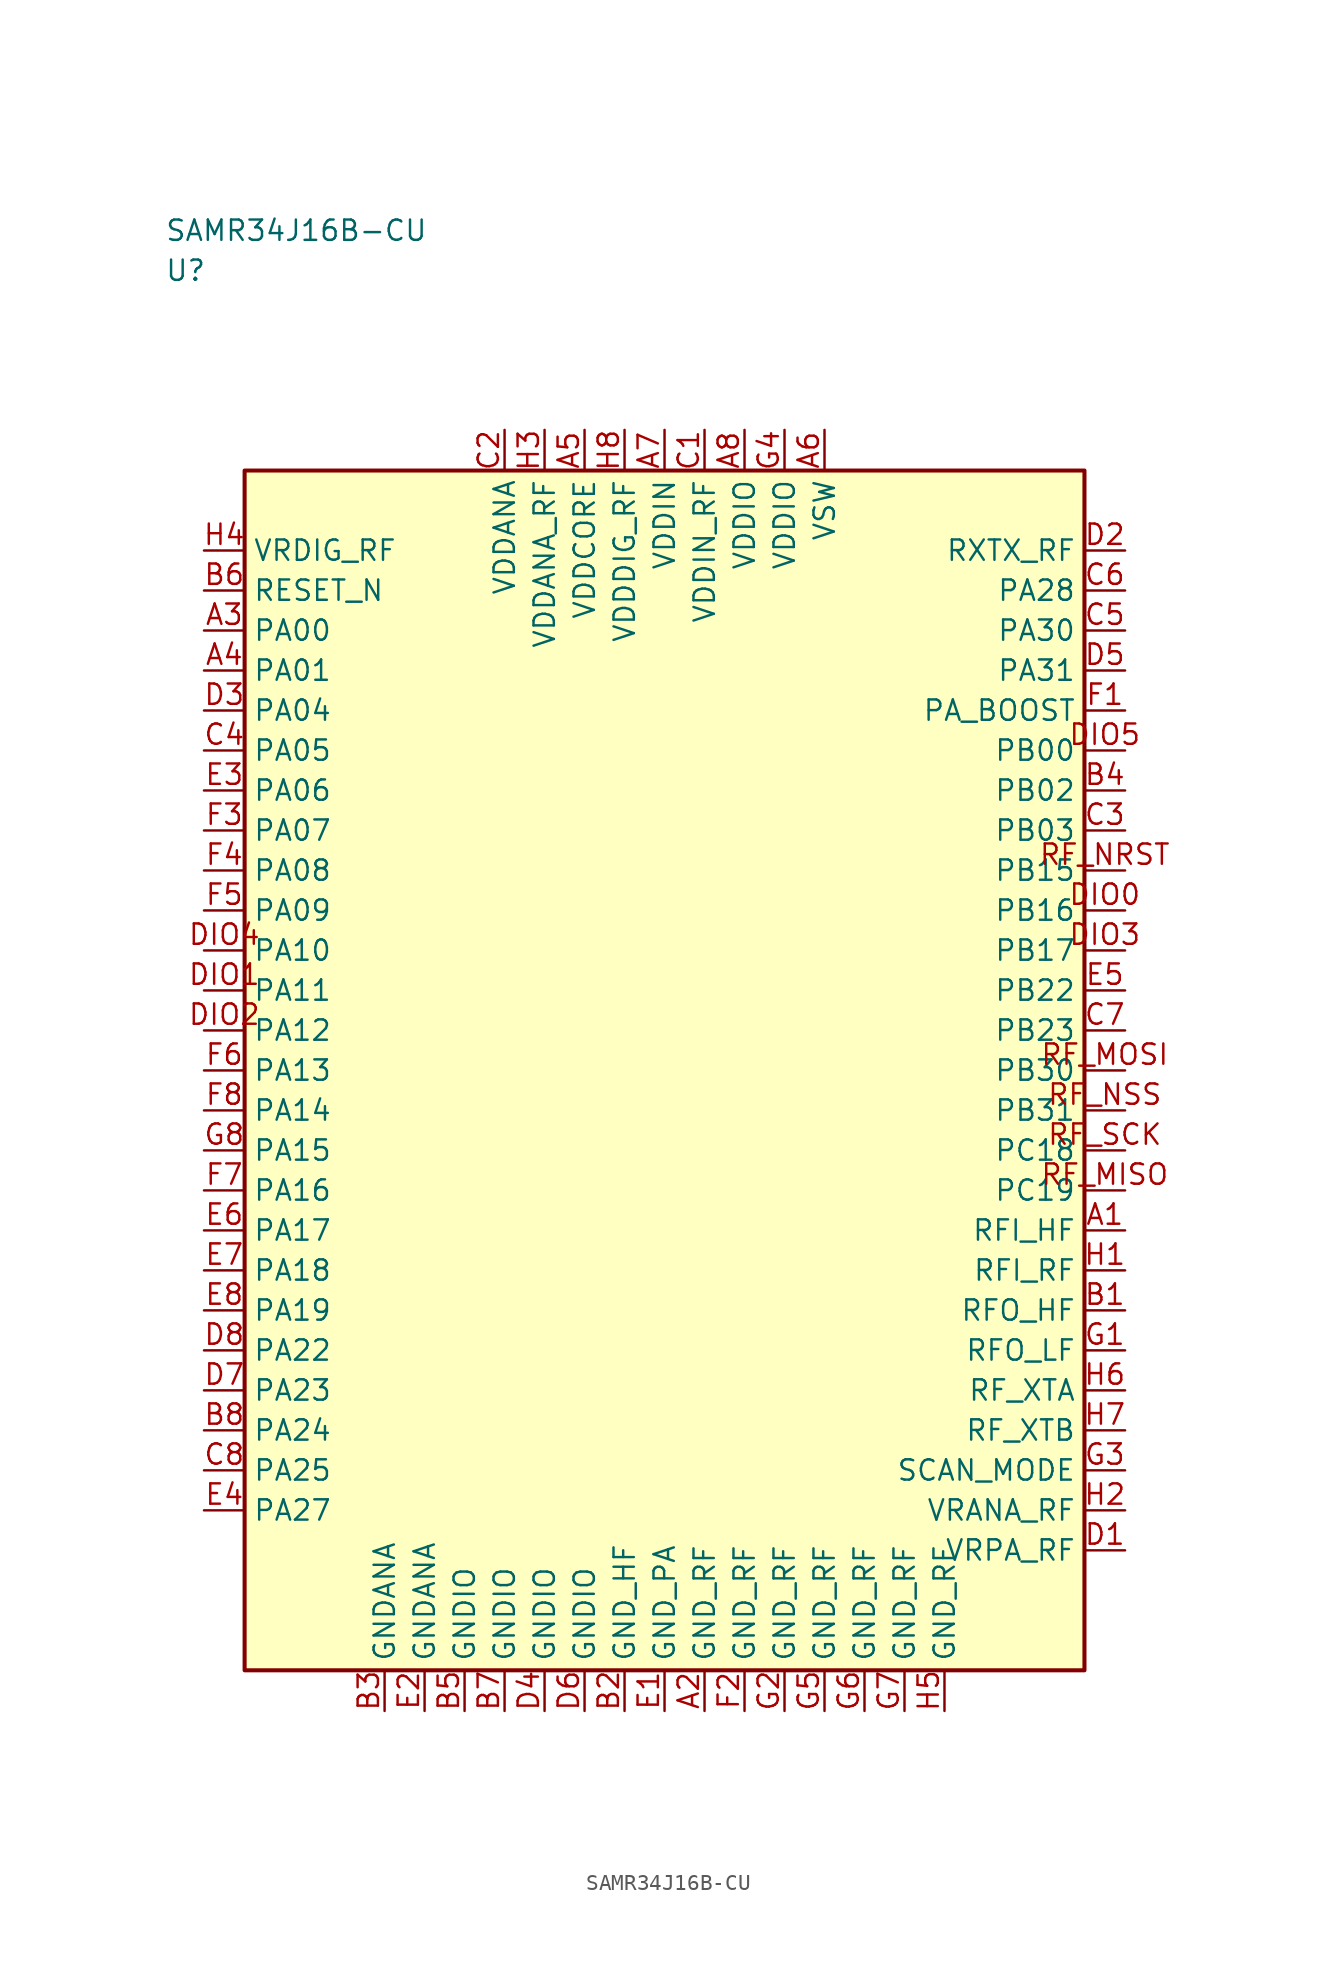
<source format=kicad_sym>
(kicad_symbol_lib
  (version 20241025)
  (generator "kicad_symbol_editor")
  (generator_version "8.0")
  (symbol "SAMR34J16B-CU"
    (property "Reference" "U"
      (at -31.25 50.0 0)
      (effects (font (size 1.27 1.27)) (justify left)))
    (property "Value" "SAMR34J16B-CU"
      (at -31.25 52.5 0)
      (effects (font (size 1.27 1.27)) (justify left)))
    (symbol "SAMR34J16B-CU_0_1"
      (rectangle (start -26.25 37.5) (end 26.25 -37.5) (stroke (width 0.254) (type default)) (fill (type background))))
    (symbol "SAMR34J16B-CU_1_1"
      (pin bidirectional line (at 28.79 10.0 180.0) (length 2.54) (name "PB16" (effects (font (size 1.27 1.27)))) (number "DIO0" (effects (font (size 1.27 1.27)))))
      (pin bidirectional line (at -28.79 5.0 0.0) (length 2.54) (name "PA11" (effects (font (size 1.27 1.27)))) (number "DIO1" (effects (font (size 1.27 1.27)))))
      (pin bidirectional line (at -28.79 2.5 0.0) (length 2.54) (name "PA12" (effects (font (size 1.27 1.27)))) (number "DIO2" (effects (font (size 1.27 1.27)))))
      (pin bidirectional line (at 28.79 7.5 180.0) (length 2.54) (name "PB17" (effects (font (size 1.27 1.27)))) (number "DIO3" (effects (font (size 1.27 1.27)))))
      (pin bidirectional line (at -28.79 7.5 0.0) (length 2.54) (name "PA10" (effects (font (size 1.27 1.27)))) (number "DIO4" (effects (font (size 1.27 1.27)))))
      (pin bidirectional line (at 28.79 20.0 180.0) (length 2.54) (name "PB00" (effects (font (size 1.27 1.27)))) (number "DIO5" (effects (font (size 1.27 1.27)))))
      (pin bidirectional line (at 28.79 -7.5 180.0) (length 2.54) (name "PC19" (effects (font (size 1.27 1.27)))) (number "RF_MISO" (effects (font (size 1.27 1.27)))))
      (pin bidirectional line (at 28.79 0.0 180.0) (length 2.54) (name "PB30" (effects (font (size 1.27 1.27)))) (number "RF_MOSI" (effects (font (size 1.27 1.27)))))
      (pin bidirectional line (at 28.79 12.5 180.0) (length 2.54) (name "PB15" (effects (font (size 1.27 1.27)))) (number "RF_NRST" (effects (font (size 1.27 1.27)))))
      (pin bidirectional line (at 28.79 -2.5 180.0) (length 2.54) (name "PB31" (effects (font (size 1.27 1.27)))) (number "RF_NSS" (effects (font (size 1.27 1.27)))))
      (pin bidirectional line (at 28.79 -5.0 180.0) (length 2.54) (name "PC18" (effects (font (size 1.27 1.27)))) (number "RF_SCK" (effects (font (size 1.27 1.27)))))
      (pin bidirectional line (at 28.79 -10.0 180.0) (length 2.54) (name "RFI_HF" (effects (font (size 1.27 1.27)))) (number "A1" (effects (font (size 1.27 1.27)))))
      (pin passive line (at 2.5 -40.04 90.0) (length 2.54) (name "GND_RF" (effects (font (size 1.27 1.27)))) (number "A2" (effects (font (size 1.27 1.27)))))
      (pin bidirectional line (at -28.79 27.5 0.0) (length 2.54) (name "PA00" (effects (font (size 1.27 1.27)))) (number "A3" (effects (font (size 1.27 1.27)))))
      (pin bidirectional line (at -28.79 25.0 0.0) (length 2.54) (name "PA01" (effects (font (size 1.27 1.27)))) (number "A4" (effects (font (size 1.27 1.27)))))
      (pin power_in line (at -5.0 40.04 270.0) (length 2.54) (name "VDDCORE" (effects (font (size 1.27 1.27)))) (number "A5" (effects (font (size 1.27 1.27)))))
      (pin power_in line (at 10.0 40.04 270.0) (length 2.54) (name "VSW" (effects (font (size 1.27 1.27)))) (number "A6" (effects (font (size 1.27 1.27)))))
      (pin power_in line (at 0.0 40.04 270.0) (length 2.54) (name "VDDIN" (effects (font (size 1.27 1.27)))) (number "A7" (effects (font (size 1.27 1.27)))))
      (pin power_in line (at 5.0 40.04 270.0) (length 2.54) (name "VDDIO" (effects (font (size 1.27 1.27)))) (number "A8" (effects (font (size 1.27 1.27)))))
      (pin bidirectional line (at 28.79 -15.0 180.0) (length 2.54) (name "RFO_HF" (effects (font (size 1.27 1.27)))) (number "B1" (effects (font (size 1.27 1.27)))))
      (pin passive line (at -2.5 -40.04 90.0) (length 2.54) (name "GND_HF" (effects (font (size 1.27 1.27)))) (number "B2" (effects (font (size 1.27 1.27)))))
      (pin passive line (at -17.5 -40.04 90.0) (length 2.54) (name "GNDANA" (effects (font (size 1.27 1.27)))) (number "B3" (effects (font (size 1.27 1.27)))))
      (pin bidirectional line (at 28.79 17.5 180.0) (length 2.54) (name "PB02" (effects (font (size 1.27 1.27)))) (number "B4" (effects (font (size 1.27 1.27)))))
      (pin passive line (at -12.5 -40.04 90.0) (length 2.54) (name "GNDIO" (effects (font (size 1.27 1.27)))) (number "B5" (effects (font (size 1.27 1.27)))))
      (pin input line (at -28.79 30.0 0.0) (length 2.54) (name "RESET_N" (effects (font (size 1.27 1.27)))) (number "B6" (effects (font (size 1.27 1.27)))))
      (pin passive line (at -10.0 -40.04 90.0) (length 2.54) (name "GNDIO" (effects (font (size 1.27 1.27)))) (number "B7" (effects (font (size 1.27 1.27)))))
      (pin bidirectional line (at -28.79 -22.5 0.0) (length 2.54) (name "PA24" (effects (font (size 1.27 1.27)))) (number "B8" (effects (font (size 1.27 1.27)))))
      (pin power_in line (at 2.5 40.04 270.0) (length 2.54) (name "VDDIN_RF" (effects (font (size 1.27 1.27)))) (number "C1" (effects (font (size 1.27 1.27)))))
      (pin power_in line (at -10.0 40.04 270.0) (length 2.54) (name "VDDANA" (effects (font (size 1.27 1.27)))) (number "C2" (effects (font (size 1.27 1.27)))))
      (pin bidirectional line (at 28.79 15.0 180.0) (length 2.54) (name "PB03" (effects (font (size 1.27 1.27)))) (number "C3" (effects (font (size 1.27 1.27)))))
      (pin bidirectional line (at -28.79 20.0 0.0) (length 2.54) (name "PA05" (effects (font (size 1.27 1.27)))) (number "C4" (effects (font (size 1.27 1.27)))))
      (pin bidirectional line (at 28.79 27.5 180.0) (length 2.54) (name "PA30" (effects (font (size 1.27 1.27)))) (number "C5" (effects (font (size 1.27 1.27)))))
      (pin bidirectional line (at 28.79 30.0 180.0) (length 2.54) (name "PA28" (effects (font (size 1.27 1.27)))) (number "C6" (effects (font (size 1.27 1.27)))))
      (pin bidirectional line (at 28.79 2.5 180.0) (length 2.54) (name "PB23" (effects (font (size 1.27 1.27)))) (number "C7" (effects (font (size 1.27 1.27)))))
      (pin bidirectional line (at -28.79 -25.0 0.0) (length 2.54) (name "PA25" (effects (font (size 1.27 1.27)))) (number "C8" (effects (font (size 1.27 1.27)))))
      (pin bidirectional line (at 28.79 -30.0 180.0) (length 2.54) (name "VRPA_RF" (effects (font (size 1.27 1.27)))) (number "D1" (effects (font (size 1.27 1.27)))))
      (pin output line (at 28.79 32.5 180.0) (length 2.54) (name "RXTX_RF" (effects (font (size 1.27 1.27)))) (number "D2" (effects (font (size 1.27 1.27)))))
      (pin bidirectional line (at -28.79 22.5 0.0) (length 2.54) (name "PA04" (effects (font (size 1.27 1.27)))) (number "D3" (effects (font (size 1.27 1.27)))))
      (pin passive line (at -7.5 -40.04 90.0) (length 2.54) (name "GNDIO" (effects (font (size 1.27 1.27)))) (number "D4" (effects (font (size 1.27 1.27)))))
      (pin bidirectional line (at 28.79 25.0 180.0) (length 2.54) (name "PA31" (effects (font (size 1.27 1.27)))) (number "D5" (effects (font (size 1.27 1.27)))))
      (pin passive line (at -5.0 -40.04 90.0) (length 2.54) (name "GNDIO" (effects (font (size 1.27 1.27)))) (number "D6" (effects (font (size 1.27 1.27)))))
      (pin bidirectional line (at -28.79 -20.0 0.0) (length 2.54) (name "PA23" (effects (font (size 1.27 1.27)))) (number "D7" (effects (font (size 1.27 1.27)))))
      (pin bidirectional line (at -28.79 -17.5 0.0) (length 2.54) (name "PA22" (effects (font (size 1.27 1.27)))) (number "D8" (effects (font (size 1.27 1.27)))))
      (pin passive line (at 0.0 -40.04 90.0) (length 2.54) (name "GND_PA" (effects (font (size 1.27 1.27)))) (number "E1" (effects (font (size 1.27 1.27)))))
      (pin passive line (at -15.0 -40.04 90.0) (length 2.54) (name "GNDANA" (effects (font (size 1.27 1.27)))) (number "E2" (effects (font (size 1.27 1.27)))))
      (pin bidirectional line (at -28.79 17.5 0.0) (length 2.54) (name "PA06" (effects (font (size 1.27 1.27)))) (number "E3" (effects (font (size 1.27 1.27)))))
      (pin bidirectional line (at -28.79 -27.5 0.0) (length 2.54) (name "PA27" (effects (font (size 1.27 1.27)))) (number "E4" (effects (font (size 1.27 1.27)))))
      (pin bidirectional line (at 28.79 5.0 180.0) (length 2.54) (name "PB22" (effects (font (size 1.27 1.27)))) (number "E5" (effects (font (size 1.27 1.27)))))
      (pin bidirectional line (at -28.79 -10.0 0.0) (length 2.54) (name "PA17" (effects (font (size 1.27 1.27)))) (number "E6" (effects (font (size 1.27 1.27)))))
      (pin bidirectional line (at -28.79 -12.5 0.0) (length 2.54) (name "PA18" (effects (font (size 1.27 1.27)))) (number "E7" (effects (font (size 1.27 1.27)))))
      (pin bidirectional line (at -28.79 -15.0 0.0) (length 2.54) (name "PA19" (effects (font (size 1.27 1.27)))) (number "E8" (effects (font (size 1.27 1.27)))))
      (pin bidirectional line (at 28.79 22.5 180.0) (length 2.54) (name "PA_BOOST" (effects (font (size 1.27 1.27)))) (number "F1" (effects (font (size 1.27 1.27)))))
      (pin passive line (at 5.0 -40.04 90.0) (length 2.54) (name "GND_RF" (effects (font (size 1.27 1.27)))) (number "F2" (effects (font (size 1.27 1.27)))))
      (pin bidirectional line (at -28.79 15.0 0.0) (length 2.54) (name "PA07" (effects (font (size 1.27 1.27)))) (number "F3" (effects (font (size 1.27 1.27)))))
      (pin bidirectional line (at -28.79 12.5 0.0) (length 2.54) (name "PA08" (effects (font (size 1.27 1.27)))) (number "F4" (effects (font (size 1.27 1.27)))))
      (pin bidirectional line (at -28.79 10.0 0.0) (length 2.54) (name "PA09" (effects (font (size 1.27 1.27)))) (number "F5" (effects (font (size 1.27 1.27)))))
      (pin bidirectional line (at -28.79 0.0 0.0) (length 2.54) (name "PA13" (effects (font (size 1.27 1.27)))) (number "F6" (effects (font (size 1.27 1.27)))))
      (pin bidirectional line (at -28.79 -7.5 0.0) (length 2.54) (name "PA16" (effects (font (size 1.27 1.27)))) (number "F7" (effects (font (size 1.27 1.27)))))
      (pin bidirectional line (at -28.79 -2.5 0.0) (length 2.54) (name "PA14" (effects (font (size 1.27 1.27)))) (number "F8" (effects (font (size 1.27 1.27)))))
      (pin bidirectional line (at 28.79 -17.5 180.0) (length 2.54) (name "RFO_LF" (effects (font (size 1.27 1.27)))) (number "G1" (effects (font (size 1.27 1.27)))))
      (pin passive line (at 7.5 -40.04 90.0) (length 2.54) (name "GND_RF" (effects (font (size 1.27 1.27)))) (number "G2" (effects (font (size 1.27 1.27)))))
      (pin bidirectional line (at 28.79 -25.0 180.0) (length 2.54) (name "SCAN_MODE" (effects (font (size 1.27 1.27)))) (number "G3" (effects (font (size 1.27 1.27)))))
      (pin power_in line (at 7.5 40.04 270.0) (length 2.54) (name "VDDIO" (effects (font (size 1.27 1.27)))) (number "G4" (effects (font (size 1.27 1.27)))))
      (pin passive line (at 10.0 -40.04 90.0) (length 2.54) (name "GND_RF" (effects (font (size 1.27 1.27)))) (number "G5" (effects (font (size 1.27 1.27)))))
      (pin passive line (at 12.5 -40.04 90.0) (length 2.54) (name "GND_RF" (effects (font (size 1.27 1.27)))) (number "G6" (effects (font (size 1.27 1.27)))))
      (pin passive line (at 15.0 -40.04 90.0) (length 2.54) (name "GND_RF" (effects (font (size 1.27 1.27)))) (number "G7" (effects (font (size 1.27 1.27)))))
      (pin bidirectional line (at -28.79 -5.0 0.0) (length 2.54) (name "PA15" (effects (font (size 1.27 1.27)))) (number "G8" (effects (font (size 1.27 1.27)))))
      (pin bidirectional line (at 28.79 -12.5 180.0) (length 2.54) (name "RFI_RF" (effects (font (size 1.27 1.27)))) (number "H1" (effects (font (size 1.27 1.27)))))
      (pin bidirectional line (at 28.79 -27.5 180.0) (length 2.54) (name "VRANA_RF" (effects (font (size 1.27 1.27)))) (number "H2" (effects (font (size 1.27 1.27)))))
      (pin power_in line (at -7.5 40.04 270.0) (length 2.54) (name "VDDANA_RF" (effects (font (size 1.27 1.27)))) (number "H3" (effects (font (size 1.27 1.27)))))
      (pin input line (at -28.79 32.5 0.0) (length 2.54) (name "VRDIG_RF" (effects (font (size 1.27 1.27)))) (number "H4" (effects (font (size 1.27 1.27)))))
      (pin passive line (at 17.5 -40.04 90.0) (length 2.54) (name "GND_RF" (effects (font (size 1.27 1.27)))) (number "H5" (effects (font (size 1.27 1.27)))))
      (pin bidirectional line (at 28.79 -20.0 180.0) (length 2.54) (name "RF_XTA" (effects (font (size 1.27 1.27)))) (number "H6" (effects (font (size 1.27 1.27)))))
      (pin bidirectional line (at 28.79 -22.5 180.0) (length 2.54) (name "RF_XTB" (effects (font (size 1.27 1.27)))) (number "H7" (effects (font (size 1.27 1.27)))))
      (pin power_in line (at -2.5 40.04 270.0) (length 2.54) (name "VDDDIG_RF" (effects (font (size 1.27 1.27)))) (number "H8" (effects (font (size 1.27 1.27))))))))
</source>
